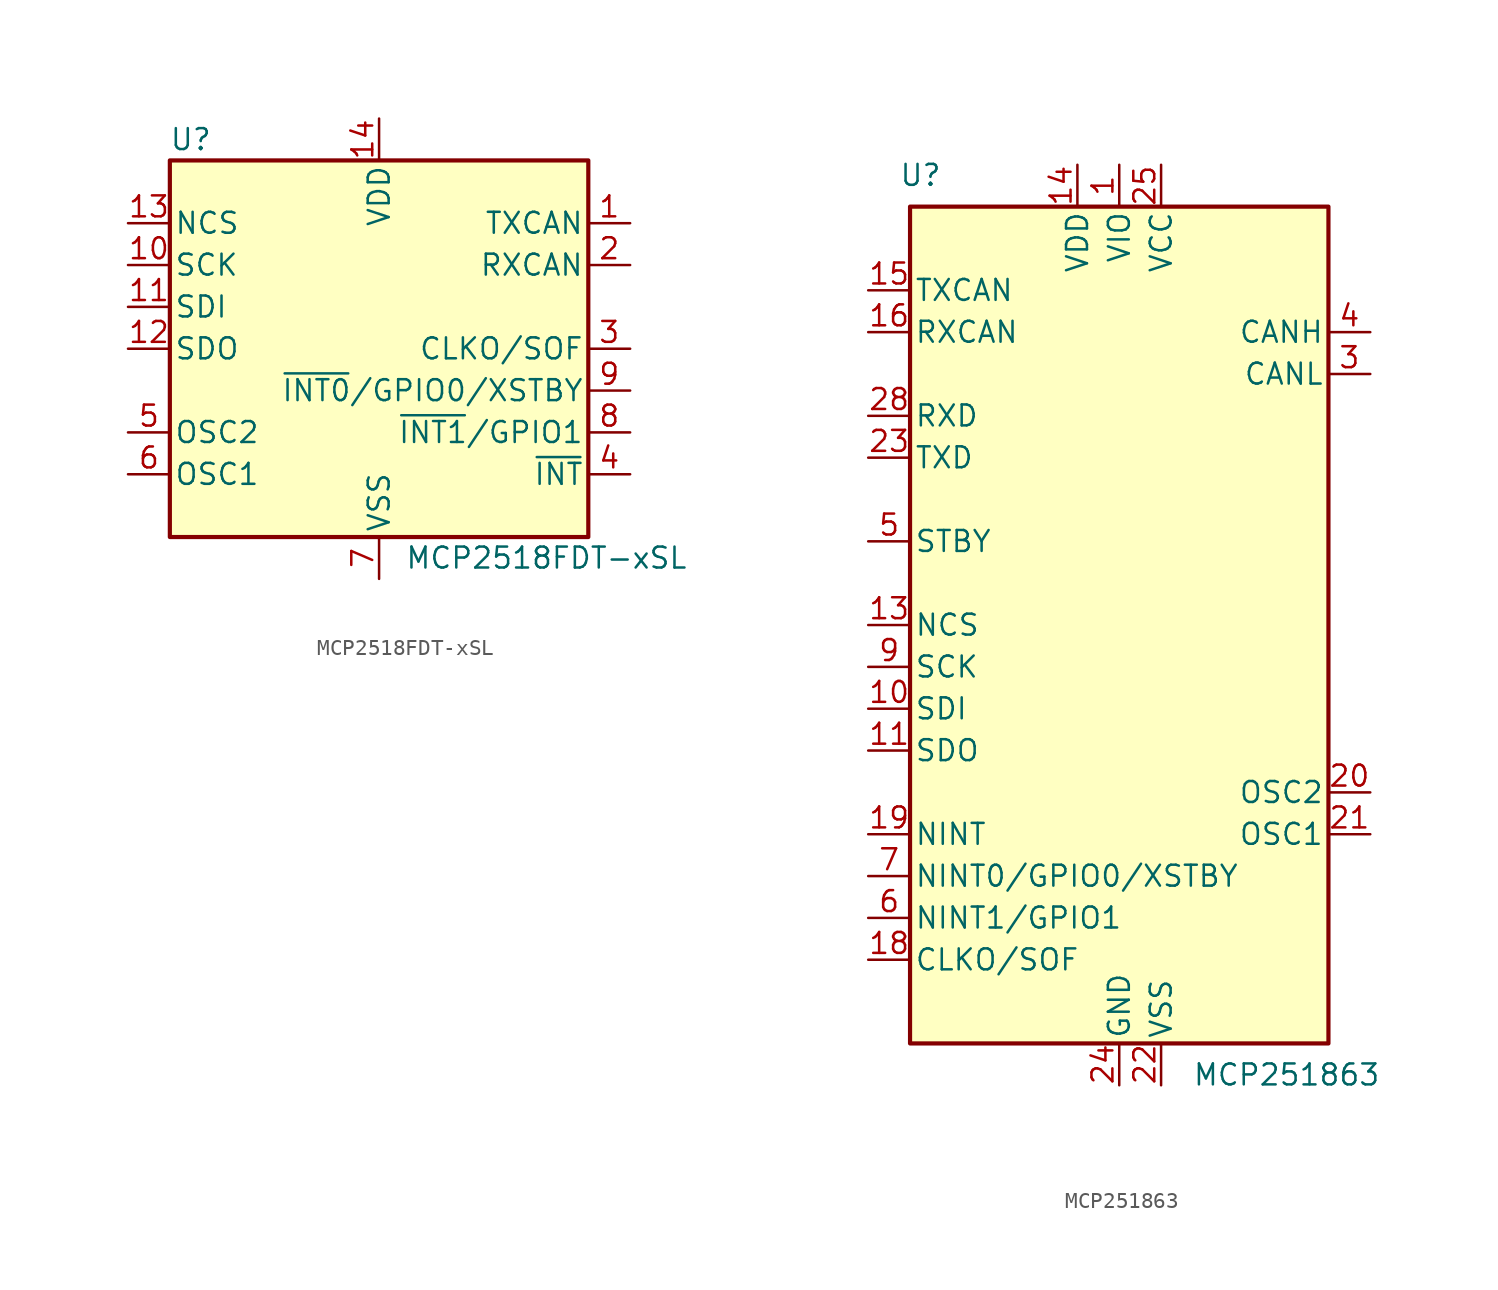
<source format=kicad_sym>
(kicad_symbol_lib
  (version 20220914)
  (generator kicad_symbol_editor)
  (symbol "MCP2518FDT-xSL"
    (pin_names
      (offset 0.254))
    (property "Reference" "U"
      (at -11.43 12.7 0)
      (effects (font (size 1.27 1.27))))
    (property "Value" "MCP2518FDT-xSL"
      (at 10.16 -12.7 0)
      (effects (font (size 1.27 1.27))))
    (symbol "MCP2518FDT-xSL_1_1"
      (rectangle (start -12.7 11.43) (end 12.7 -11.43) (stroke (width 0.254) (type default)) (fill (type background)))
      (pin output line (at 15.24 7.62 180) (length 2.54) (name "TXCAN" (effects (font (size 1.27 1.27)))) (number "1" (effects (font (size 1.27 1.27)))))
      (pin input line (at -15.24 5.08 0) (length 2.54) (name "SCK" (effects (font (size 1.27 1.27)))) (number "10" (effects (font (size 1.27 1.27)))))
      (pin input line (at -15.24 2.54 0) (length 2.54) (name "SDI" (effects (font (size 1.27 1.27)))) (number "11" (effects (font (size 1.27 1.27)))))
      (pin output line (at -15.24 0 0) (length 2.54) (name "SDO" (effects (font (size 1.27 1.27)))) (number "12" (effects (font (size 1.27 1.27)))))
      (pin input line (at -15.24 7.62 0) (length 2.54) (name "NCS" (effects (font (size 1.27 1.27)))) (number "13" (effects (font (size 1.27 1.27)))))
      (pin power_in line (at 0 13.97 270) (length 2.54) (name "VDD" (effects (font (size 1.27 1.27)))) (number "14" (effects (font (size 1.27 1.27)))))
      (pin input line (at 15.24 5.08 180) (length 2.54) (name "RXCAN" (effects (font (size 1.27 1.27)))) (number "2" (effects (font (size 1.27 1.27)))))
      (pin output line (at 15.24 0 180) (length 2.54) (name "CLKO/SOF" (effects (font (size 1.27 1.27)))) (number "3" (effects (font (size 1.27 1.27)))))
      (pin output line (at 15.24 -7.62 180) (length 2.54) (name "~{INT}" (effects (font (size 1.27 1.27)))) (number "4" (effects (font (size 1.27 1.27)))))
      (pin output line (at -15.24 -5.08 0) (length 2.54) (name "OSC2" (effects (font (size 1.27 1.27)))) (number "5" (effects (font (size 1.27 1.27)))))
      (pin input line (at -15.24 -7.62 0) (length 2.54) (name "OSC1" (effects (font (size 1.27 1.27)))) (number "6" (effects (font (size 1.27 1.27)))))
      (pin power_in line (at 0 -13.97 90) (length 2.54) (name "VSS" (effects (font (size 1.27 1.27)))) (number "7" (effects (font (size 1.27 1.27)))))
      (pin bidirectional line (at 15.24 -5.08 180) (length 2.54) (name "~{INT1}/GPIO1" (effects (font (size 1.27 1.27)))) (number "8" (effects (font (size 1.27 1.27)))))
      (pin bidirectional line (at 15.24 -2.54 180) (length 2.54) (name "~{INT0}/GPIO0/XSTBY" (effects (font (size 1.27 1.27)))) (number "9" (effects (font (size 1.27 1.27)))))))
  (symbol "MCP251863"
    (pin_names
      (offset 0.254))
    (property "Reference" "U"
      (at -12.065 27.305 0)
      (effects (font (size 1.27 1.27))))
    (property "Value" "MCP251863"
      (at 10.16 -27.305 0)
      (effects (font (size 1.27 1.27))))
    (symbol "MCP251863_0_1"
      (pin power_in line (at 0 27.94 270) (length 2.54) (name "VIO" (effects (font (size 1.27 1.27)))) (number "1" (effects (font (size 1.27 1.27)))))
      (pin input line (at -15.24 -5.08 0) (length 2.54) (name "SDI" (effects (font (size 1.27 1.27)))) (number "10" (effects (font (size 1.27 1.27)))))
      (pin output line (at -15.24 -7.62 0) (length 2.54) (name "SDO" (effects (font (size 1.27 1.27)))) (number "11" (effects (font (size 1.27 1.27)))))
      (pin input line (at -15.24 0 0) (length 2.54) (name "NCS" (effects (font (size 1.27 1.27)))) (number "13" (effects (font (size 1.27 1.27)))))
      (pin power_in line (at -2.54 27.94 270) (length 2.54) (name "VDD" (effects (font (size 1.27 1.27)))) (number "14" (effects (font (size 1.27 1.27)))))
      (pin output line (at -15.24 20.32 0) (length 2.54) (name "TXCAN" (effects (font (size 1.27 1.27)))) (number "15" (effects (font (size 1.27 1.27)))))
      (pin input line (at -15.24 17.78 0) (length 2.54) (name "RXCAN" (effects (font (size 1.27 1.27)))) (number "16" (effects (font (size 1.27 1.27)))))
      (pin output line (at -15.24 -20.32 0) (length 2.54) (name "CLKO/SOF" (effects (font (size 1.27 1.27)))) (number "18" (effects (font (size 1.27 1.27)))))
      (pin output line (at -15.24 -12.7 0) (length 2.54) (name "NINT" (effects (font (size 1.27 1.27)))) (number "19" (effects (font (size 1.27 1.27)))))
      (pin output line (at 15.24 -10.16 180) (length 2.54) (name "OSC2" (effects (font (size 1.27 1.27)))) (number "20" (effects (font (size 1.27 1.27)))))
      (pin input line (at 15.24 -12.7 180) (length 2.54) (name "OSC1" (effects (font (size 1.27 1.27)))) (number "21" (effects (font (size 1.27 1.27)))))
      (pin power_in line (at 2.54 -27.94 90) (length 2.54) (name "VSS" (effects (font (size 1.27 1.27)))) (number "22" (effects (font (size 1.27 1.27)))))
      (pin input line (at -15.24 10.16 0) (length 2.54) (name "TXD" (effects (font (size 1.27 1.27)))) (number "23" (effects (font (size 1.27 1.27)))))
      (pin power_in line (at 0 -27.94 90) (length 2.54) (name "GND" (effects (font (size 1.27 1.27)))) (number "24" (effects (font (size 1.27 1.27)))))
      (pin power_in line (at 2.54 27.94 270) (length 2.54) (name "VCC" (effects (font (size 1.27 1.27)))) (number "25" (effects (font (size 1.27 1.27)))))
      (pin output line (at -15.24 12.7 0) (length 2.54) (name "RXD" (effects (font (size 1.27 1.27)))) (number "28" (effects (font (size 1.27 1.27)))))
      (pin bidirectional line (at 15.24 15.24 180) (length 2.54) (name "CANL" (effects (font (size 1.27 1.27)))) (number "3" (effects (font (size 1.27 1.27)))))
      (pin bidirectional line (at 15.24 17.78 180) (length 2.54) (name "CANH" (effects (font (size 1.27 1.27)))) (number "4" (effects (font (size 1.27 1.27)))))
      (pin input line (at -15.24 5.08 0) (length 2.54) (name "STBY" (effects (font (size 1.27 1.27)))) (number "5" (effects (font (size 1.27 1.27)))))
      (pin bidirectional line (at -15.24 -17.78 0) (length 2.54) (name "NINT1/GPIO1" (effects (font (size 1.27 1.27)))) (number "6" (effects (font (size 1.27 1.27)))))
      (pin bidirectional line (at -15.24 -15.24 0) (length 2.54) (name "NINT0/GPIO0/XSTBY" (effects (font (size 1.27 1.27)))) (number "7" (effects (font (size 1.27 1.27)))))
      (pin input line (at -15.24 -2.54 0) (length 2.54) (name "SCK" (effects (font (size 1.27 1.27)))) (number "9" (effects (font (size 1.27 1.27))))))
    (symbol "MCP251863_1_1"
      (rectangle (start -12.7 25.4) (end 12.7 -25.4) (stroke (width 0.254) (type default)) (fill (type background)))
      (pin no_connect line (at 15.24 -22.86 180) (length 2.54) hide (name "NC" (effects (font (size 1.27 1.27)))) (number "12" (effects (font (size 1.27 1.27)))))
      (pin no_connect line (at 15.24 -22.86 180) (length 2.54) hide (name "NC" (effects (font (size 1.27 1.27)))) (number "17" (effects (font (size 1.27 1.27)))))
      (pin no_connect line (at 15.24 -22.86 180) (length 2.54) hide (name "NC" (effects (font (size 1.27 1.27)))) (number "2" (effects (font (size 1.27 1.27)))))
      (pin no_connect line (at 15.24 -22.86 180) (length 2.54) hide (name "NC" (effects (font (size 1.27 1.27)))) (number "26" (effects (font (size 1.27 1.27)))))
      (pin no_connect line (at 15.24 -22.86 180) (length 2.54) hide (name "NC" (effects (font (size 1.27 1.27)))) (number "27" (effects (font (size 1.27 1.27)))))
      (pin no_connect line (at 15.24 -22.86 180) (length 2.54) hide (name "NC" (effects (font (size 1.27 1.27)))) (number "8" (effects (font (size 1.27 1.27))))))))
</source>
